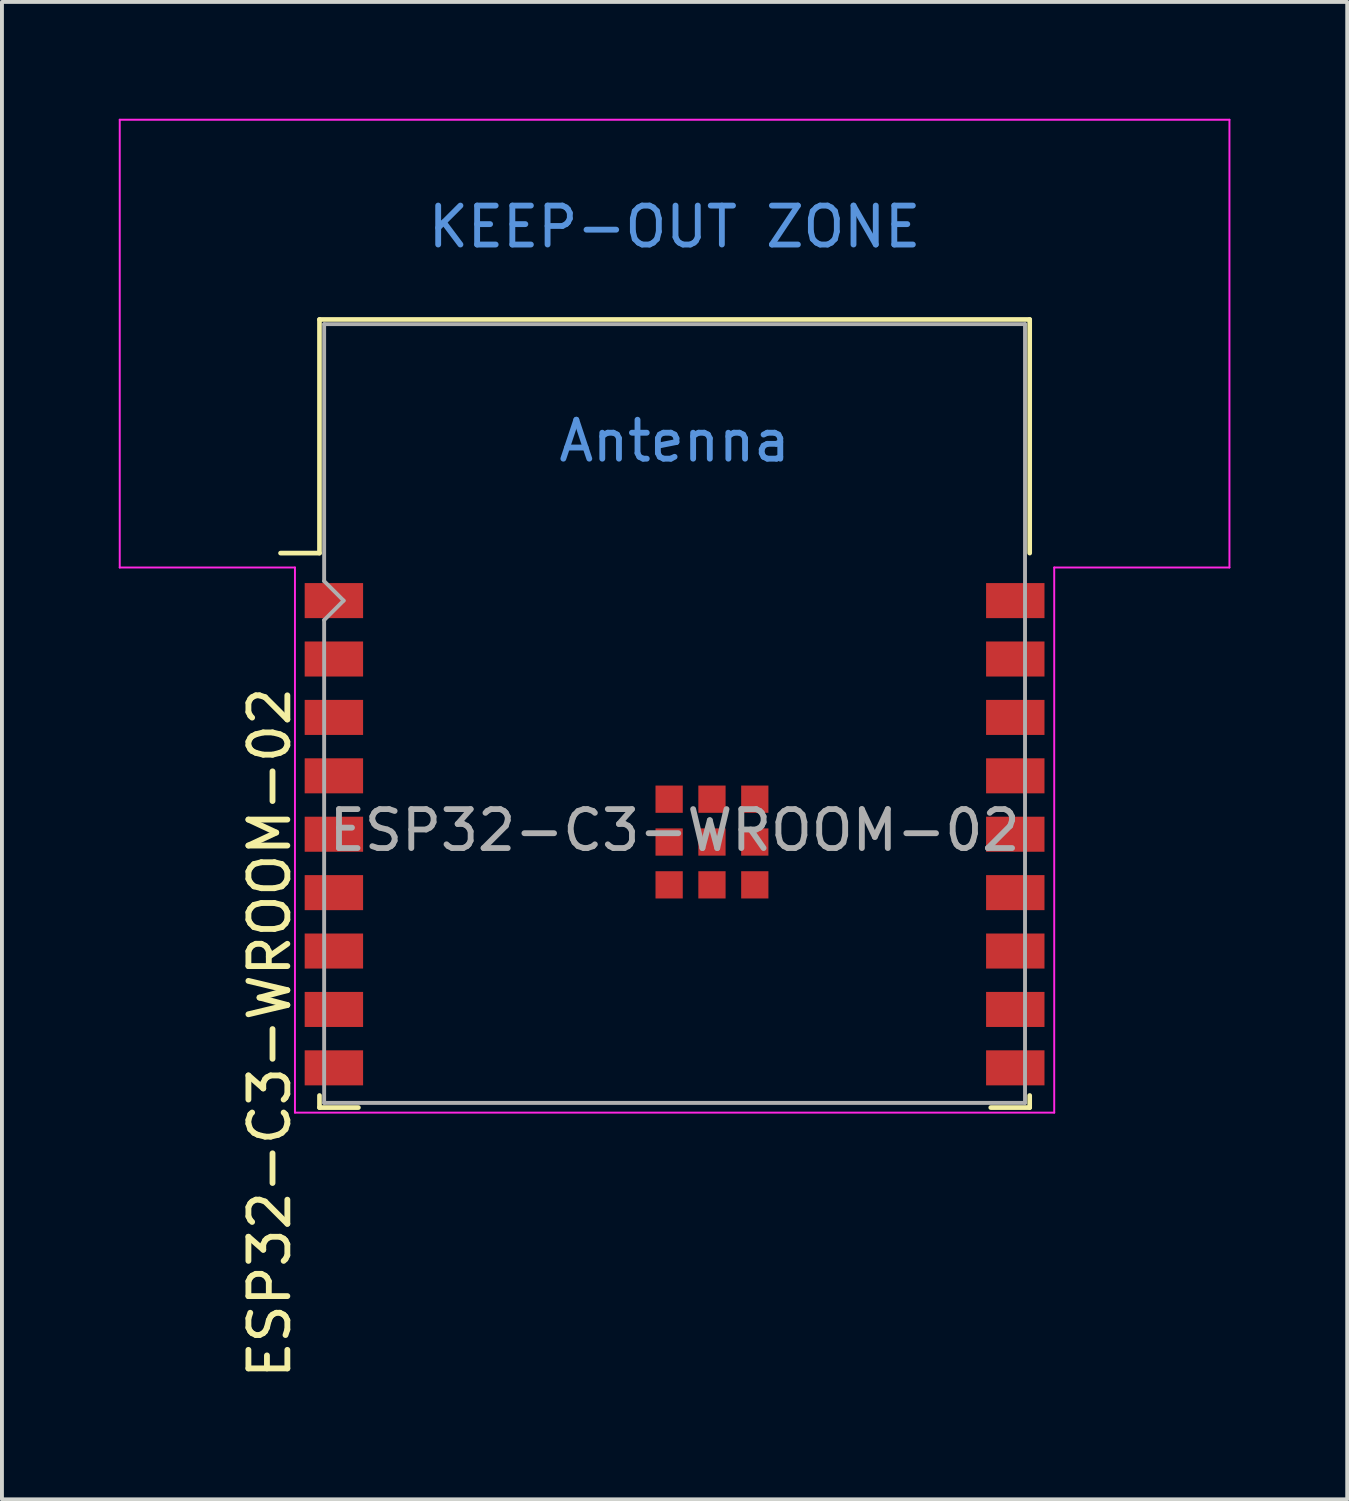
<source format=kicad_pcb>
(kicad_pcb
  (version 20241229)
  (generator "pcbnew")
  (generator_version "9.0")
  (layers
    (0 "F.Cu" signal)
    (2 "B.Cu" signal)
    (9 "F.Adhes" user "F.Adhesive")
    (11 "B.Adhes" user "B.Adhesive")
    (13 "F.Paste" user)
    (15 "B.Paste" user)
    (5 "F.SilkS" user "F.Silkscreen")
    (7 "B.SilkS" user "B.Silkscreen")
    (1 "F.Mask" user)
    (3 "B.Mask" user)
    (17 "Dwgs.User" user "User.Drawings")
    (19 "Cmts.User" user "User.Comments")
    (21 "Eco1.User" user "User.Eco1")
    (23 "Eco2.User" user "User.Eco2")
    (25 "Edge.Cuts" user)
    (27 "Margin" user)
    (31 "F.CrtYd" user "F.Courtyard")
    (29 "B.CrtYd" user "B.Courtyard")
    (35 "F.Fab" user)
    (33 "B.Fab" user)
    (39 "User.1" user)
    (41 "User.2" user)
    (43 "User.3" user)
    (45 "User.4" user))
  (footprint "ESP32-C3-WROOM-02"
    (layer "F.Cu")
    (at 14.275 18.275)
    (property "Reference" "ESP32-C3-WROOM-02" (at -10.4 5.2 90) (unlocked yes) (layer "F.SilkS") (effects (font (size 1 1) (thickness 0.15))))
    (attr smd)
    (fp_line (start -9.12 -13.12) (end -9.12 -7.12) (stroke (width 0.12) (type solid)) (layer "F.SilkS"))
    (fp_line (start -9.12 -13.12) (end 9.12 -13.12) (stroke (width 0.12) (type solid)) (layer "F.SilkS"))
    (fp_line (start -9.12 -7.12) (end -10.12 -7.12) (stroke (width 0.12) (type solid)) (layer "F.SilkS"))
    (fp_line (start -9.12 6.81) (end -9.12 7.12) (stroke (width 0.12) (type solid)) (layer "F.SilkS"))
    (fp_line (start -9.12 7.12) (end -8.12 7.12) (stroke (width 0.12) (type solid)) (layer "F.SilkS"))
    (fp_line (start 8.12 7.12) (end 9.12 7.12) (stroke (width 0.12) (type solid)) (layer "F.SilkS"))
    (fp_line (start 9.12 -13.12) (end 9.12 -7.12) (stroke (width 0.12) (type solid)) (layer "F.SilkS"))
    (fp_line (start 9.12 6.81) (end 9.12 7.12) (stroke (width 0.12) (type solid)) (layer "F.SilkS"))
    (fp_line (start -14.25 -18.25) (end -14.25 -6.75) (stroke (width 0.05) (type solid)) (layer "F.CrtYd"))
    (fp_line (start -14.25 -6.75) (end -9.75 -6.75) (stroke (width 0.05) (type solid)) (layer "F.CrtYd"))
    (fp_line (start -9.75 -6.75) (end -9.75 7.25) (stroke (width 0.05) (type solid)) (layer "F.CrtYd"))
    (fp_line (start -9.75 7.25) (end 9.75 7.25) (stroke (width 0.05) (type solid)) (layer "F.CrtYd"))
    (fp_line (start 9.75 -6.75) (end 14.25 -6.75) (stroke (width 0.05) (type solid)) (layer "F.CrtYd"))
    (fp_line (start 9.75 7.25) (end 9.75 -6.75) (stroke (width 0.05) (type solid)) (layer "F.CrtYd"))
    (fp_line (start 14.25 -18.25) (end -14.25 -18.25) (stroke (width 0.05) (type solid)) (layer "F.CrtYd"))
    (fp_line (start 14.25 -6.75) (end 14.25 -18.25) (stroke (width 0.05) (type solid)) (layer "F.CrtYd"))
    (fp_line (start -9 -6.4) (end -9 -13) (stroke (width 0.1) (type solid)) (layer "F.Fab"))
    (fp_line (start -9 -5.4) (end -9 7) (stroke (width 0.1) (type solid)) (layer "F.Fab"))
    (fp_line (start -9 7) (end 9 7) (stroke (width 0.1) (type solid)) (layer "F.Fab"))
    (fp_line (start -8.5 -5.9) (end -9 -6.4) (stroke (width 0.1) (type solid)) (layer "F.Fab"))
    (fp_line (start -8.5 -5.9) (end -9 -5.4) (stroke (width 0.1) (type solid)) (layer "F.Fab"))
    (fp_line (start 9 -13) (end -9 -13) (stroke (width 0.1) (type solid)) (layer "F.Fab"))
    (fp_line (start 9 7) (end 9 -13) (stroke (width 0.1) (type solid)) (layer "F.Fab"))
    (fp_text user "Antenna" (at 0 -10 0) (unlocked yes) (layer "Cmts.User") (effects (font (size 1 1) (thickness 0.15))))
    (fp_text user "KEEP-OUT ZONE" (at 0 -15.5 0) (unlocked yes) (layer "Cmts.User") (effects (font (size 1 1) (thickness 0.15))))
    (fp_text user "${REFERENCE}" (at 0 0 0) (unlocked yes) (layer "F.Fab") (effects (font (size 1 1) (thickness 0.15))))
    (pad "1" smd rect (at -8.75 -5.9) (size 1.5 0.9) (layers "F.Cu" "F.Mask" "F.Paste"))
    (pad "2" smd rect (at -8.75 -4.4) (size 1.5 0.9) (layers "F.Cu" "F.Mask" "F.Paste"))
    (pad "3" smd rect (at -8.75 -2.9) (size 1.5 0.9) (layers "F.Cu" "F.Mask" "F.Paste"))
    (pad "4" smd rect (at -8.75 -1.4) (size 1.5 0.9) (layers "F.Cu" "F.Mask" "F.Paste"))
    (pad "5" smd rect (at -8.75 0.1) (size 1.5 0.9) (layers "F.Cu" "F.Mask" "F.Paste"))
    (pad "6" smd rect (at -8.75 1.6) (size 1.5 0.9) (layers "F.Cu" "F.Mask" "F.Paste"))
    (pad "7" smd rect (at -8.75 3.1) (size 1.5 0.9) (layers "F.Cu" "F.Mask" "F.Paste"))
    (pad "8" smd rect (at -8.75 4.6) (size 1.5 0.9) (layers "F.Cu" "F.Mask" "F.Paste"))
    (pad "9" smd rect (at -8.75 6.1) (size 1.5 0.9) (layers "F.Cu" "F.Mask" "F.Paste"))
    (pad "10" smd rect (at 8.75 6.1) (size 1.5 0.9) (layers "F.Cu" "F.Mask" "F.Paste"))
    (pad "11" smd rect (at 8.75 4.6) (size 1.5 0.9) (layers "F.Cu" "F.Mask" "F.Paste"))
    (pad "12" smd rect (at 8.75 3.1) (size 1.5 0.9) (layers "F.Cu" "F.Mask" "F.Paste"))
    (pad "13" smd rect (at 8.75 1.6) (size 1.5 0.9) (layers "F.Cu" "F.Mask" "F.Paste"))
    (pad "14" smd rect (at 8.75 0.1) (size 1.5 0.9) (layers "F.Cu" "F.Mask" "F.Paste"))
    (pad "15" smd rect (at 8.75 -1.4) (size 1.5 0.9) (layers "F.Cu" "F.Mask" "F.Paste"))
    (pad "16" smd rect (at 8.75 -2.9) (size 1.5 0.9) (layers "F.Cu" "F.Mask" "F.Paste"))
    (pad "17" smd rect (at 8.75 -4.4) (size 1.5 0.9) (layers "F.Cu" "F.Mask" "F.Paste"))
    (pad "18" smd rect (at 8.75 -5.9) (size 1.5 0.9) (layers "F.Cu" "F.Mask" "F.Paste"))
    (pad "19" smd rect (at -0.14 -0.8) (size 0.7 0.7) (layers "F.Cu" "F.Mask" "F.Paste"))
    (pad "19" smd rect (at -0.14 0.3) (size 0.7 0.7) (layers "F.Cu" "F.Mask" "F.Paste"))
    (pad "19" smd rect (at -0.14 1.4) (size 0.7 0.7) (layers "F.Cu" "F.Mask" "F.Paste"))
    (pad "19" smd rect (at 0.96 -0.8) (size 0.7 0.7) (layers "F.Cu" "F.Mask" "F.Paste"))
    (pad "19" smd rect (at 0.96 0.3) (size 0.7 0.7) (layers "F.Cu" "F.Mask" "F.Paste"))
    (pad "19" smd rect (at 0.96 1.4) (size 0.7 0.7) (layers "F.Cu" "F.Mask" "F.Paste"))
    (pad "19" smd rect (at 2.06 -0.8) (size 0.7 0.7) (layers "F.Cu" "F.Mask" "F.Paste"))
    (pad "19" smd rect (at 2.06 0.3) (size 0.7 0.7) (layers "F.Cu" "F.Mask" "F.Paste"))
    (pad "19" smd rect (at 2.06 1.4) (size 0.7 0.7) (layers "F.Cu" "F.Mask" "F.Paste"))
    (zone (net_name "") (layers "F.Cu" "B.Cu" "F.Paste" "B.Paste" "F.Fab") (name "Antenna") (hatch full 0.508) (connect_pads) (min_thickness 0.254) (filled_areas_thickness no) (keepout (tracks not_allowed) (vias not_allowed) (pads not_allowed) (copperpour not_allowed) (footprints allowed)) (placement (enabled no)) (fill) (polygon (pts (xy 28.275 11.275) (xy 0.275 11.275) (xy 0.275 0.275) (xy 28.275 0.275)))))
  (gr_rect
    (start -3 -3)
    (end 31.55 35.457)
    (stroke (width 0.1) (type default))
    (fill no)
    (layer "Edge.Cuts")))
</source>
